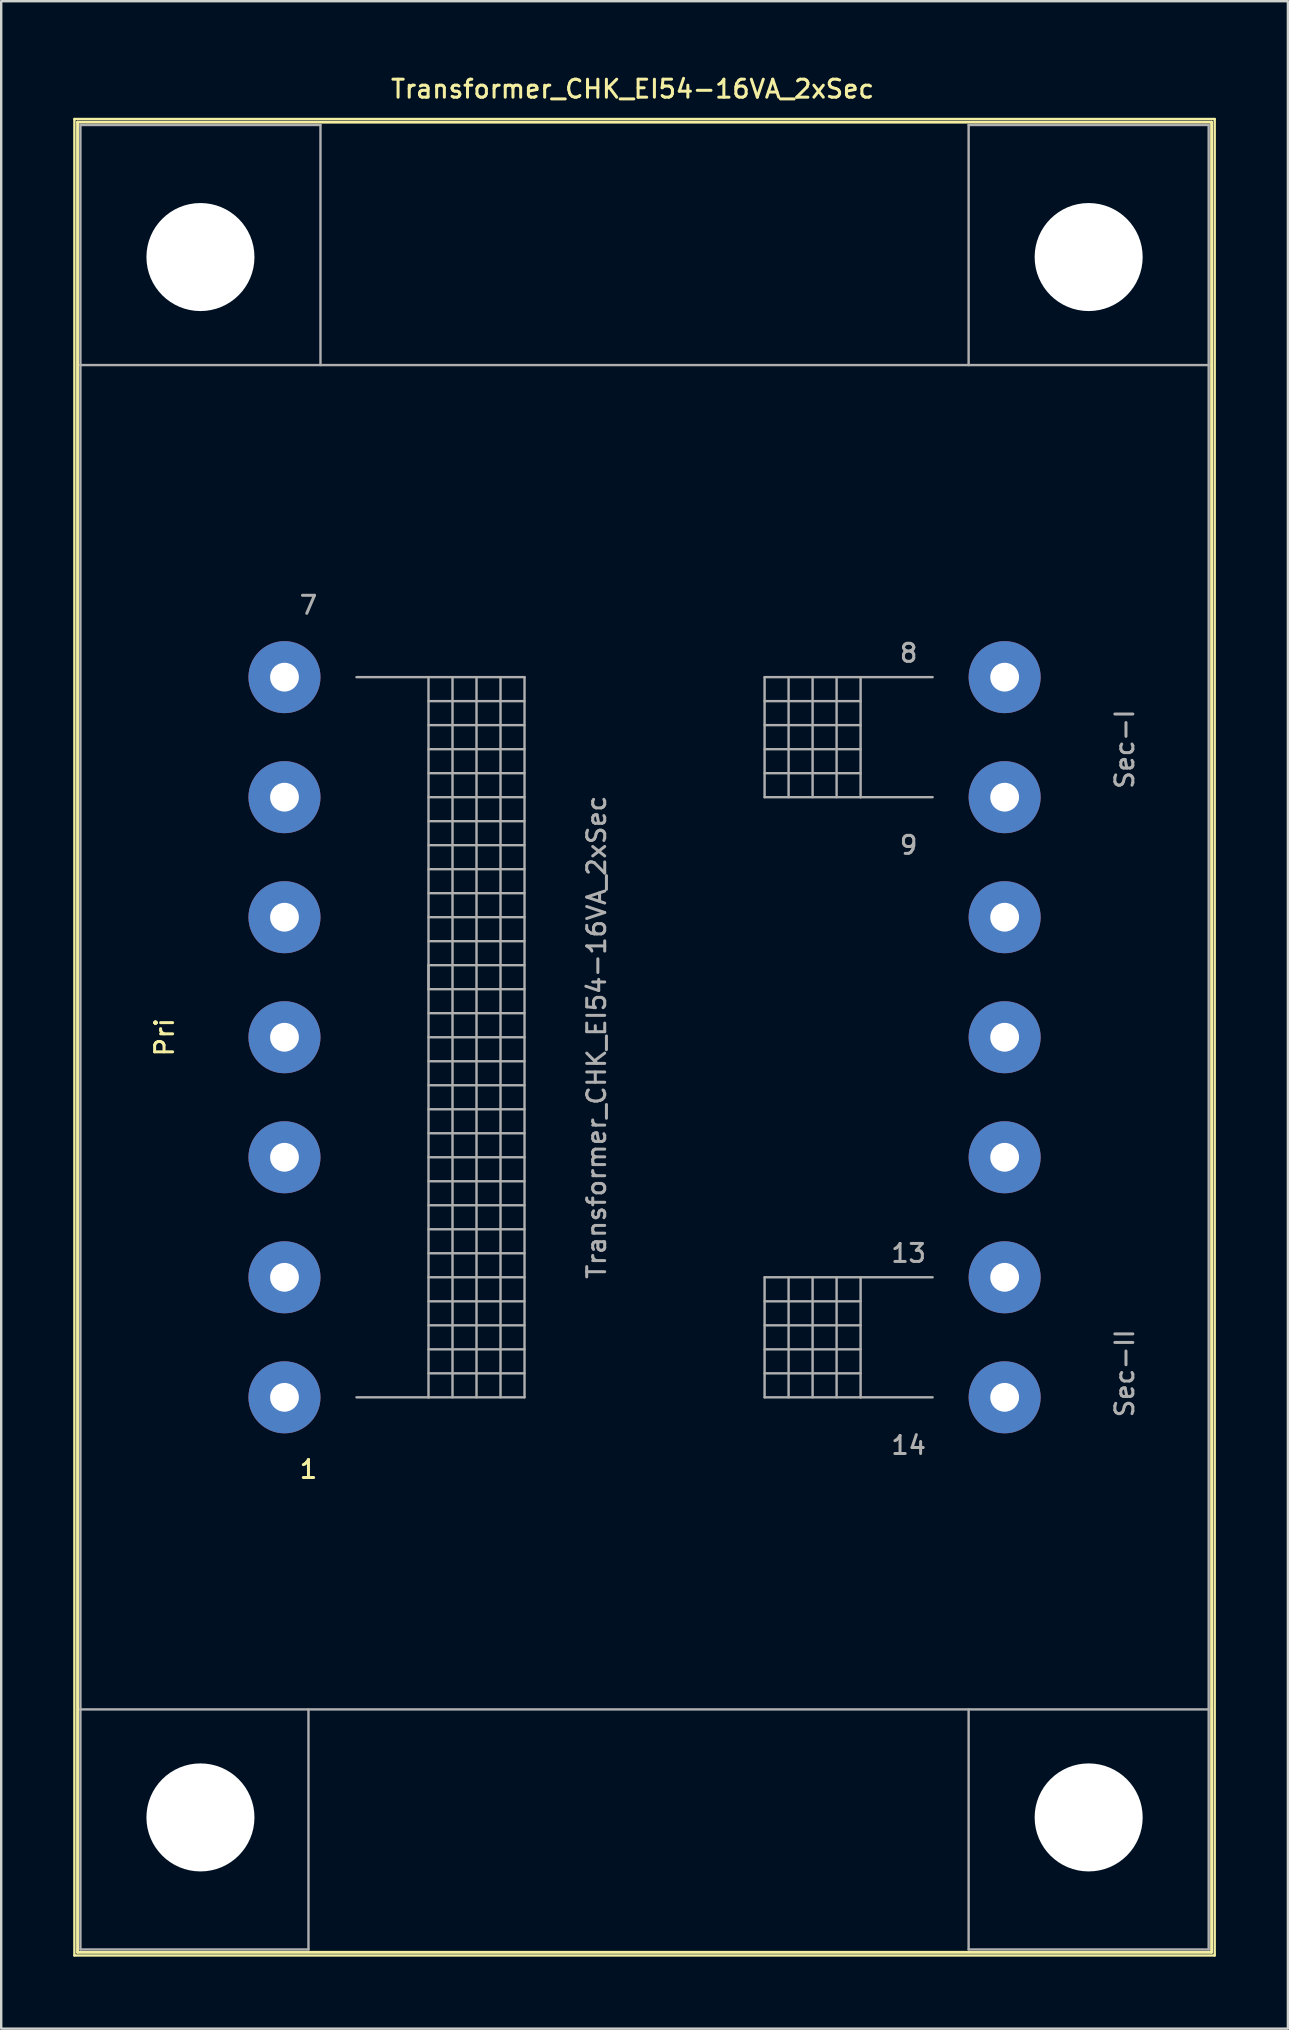
<source format=kicad_pcb>
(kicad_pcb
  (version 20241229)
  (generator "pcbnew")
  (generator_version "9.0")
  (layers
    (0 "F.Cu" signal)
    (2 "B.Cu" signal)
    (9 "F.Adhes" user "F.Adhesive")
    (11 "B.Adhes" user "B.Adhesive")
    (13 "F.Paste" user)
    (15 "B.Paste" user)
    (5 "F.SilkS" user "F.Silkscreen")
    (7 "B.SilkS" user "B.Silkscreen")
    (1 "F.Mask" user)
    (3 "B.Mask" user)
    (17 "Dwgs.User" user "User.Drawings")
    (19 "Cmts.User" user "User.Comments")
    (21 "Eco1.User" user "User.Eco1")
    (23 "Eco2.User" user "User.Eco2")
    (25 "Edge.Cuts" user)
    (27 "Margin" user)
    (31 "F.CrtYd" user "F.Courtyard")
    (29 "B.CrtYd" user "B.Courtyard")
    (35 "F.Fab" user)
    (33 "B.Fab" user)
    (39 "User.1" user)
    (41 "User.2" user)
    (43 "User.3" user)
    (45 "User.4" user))
  (footprint "Transformer_CHK_EI54-16VA_2xSec"
    (layer "F.Cu")
    (at 8.8 55.158)
    (property "Reference" "Transformer_CHK_EI54-16VA_2xSec" (at 14.5 -54.5 0) (layer "F.SilkS") (effects (font (size 0.75 0.75) (thickness 0.125))))
    (attr through_hole)
    (fp_line (start -8.75 -53.25) (end -8.75 23.25) (stroke (width 0.1) (type solid)) (layer "F.SilkS"))
    (fp_line (start -8.75 -53.25) (end 38.75 -53.25) (stroke (width 0.1) (type solid)) (layer "F.SilkS"))
    (fp_line (start -8.62 -53.12) (end -8.62 23.12) (stroke (width 0.12) (type solid)) (layer "F.SilkS"))
    (fp_line (start -8.62 -53.12) (end 38.62 -53.12) (stroke (width 0.12) (type solid)) (layer "F.SilkS"))
    (fp_line (start 38.62 23.12) (end -8.62 23.12) (stroke (width 0.12) (type solid)) (layer "F.SilkS"))
    (fp_line (start 38.62 23.12) (end 38.62 -53.12) (stroke (width 0.12) (type solid)) (layer "F.SilkS"))
    (fp_line (start 38.75 23.25) (end -8.75 23.25) (stroke (width 0.1) (type solid)) (layer "F.SilkS"))
    (fp_line (start 38.75 23.25) (end 38.75 -53.25) (stroke (width 0.1) (type solid)) (layer "F.SilkS"))
    (fp_line (start -8.5 -53) (end 1.5 -53) (stroke (width 0.1) (type solid)) (layer "F.Fab"))
    (fp_line (start -8.5 -43) (end -8.5 -53) (stroke (width 0.1) (type solid)) (layer "F.Fab"))
    (fp_line (start -8.5 -43) (end -8.5 13) (stroke (width 0.1) (type solid)) (layer "F.Fab"))
    (fp_line (start -8.5 13) (end -8.5 23) (stroke (width 0.1) (type solid)) (layer "F.Fab"))
    (fp_line (start -8.5 13) (end 38.5 13) (stroke (width 0.1) (type solid)) (layer "F.Fab"))
    (fp_line (start -8.5 23) (end 1 23) (stroke (width 0.1) (type solid)) (layer "F.Fab"))
    (fp_line (start 1 23) (end 1 13) (stroke (width 0.1) (type solid)) (layer "F.Fab"))
    (fp_line (start 1.5 -53) (end 1.5 -43) (stroke (width 0.1) (type solid)) (layer "F.Fab"))
    (fp_line (start 3 -30) (end 6 -30) (stroke (width 0.1) (type solid)) (layer "F.Fab"))
    (fp_line (start 6 -30) (end 6 0) (stroke (width 0.1) (type solid)) (layer "F.Fab"))
    (fp_line (start 6 -30) (end 10 -30) (stroke (width 0.1) (type solid)) (layer "F.Fab"))
    (fp_line (start 6 -29) (end 10 -29) (stroke (width 0.1) (type solid)) (layer "F.Fab"))
    (fp_line (start 6 -27) (end 10 -27) (stroke (width 0.1) (type solid)) (layer "F.Fab"))
    (fp_line (start 6 -25) (end 10 -25) (stroke (width 0.1) (type solid)) (layer "F.Fab"))
    (fp_line (start 6 -23) (end 10 -23) (stroke (width 0.1) (type solid)) (layer "F.Fab"))
    (fp_line (start 6 -21) (end 10 -21) (stroke (width 0.1) (type solid)) (layer "F.Fab"))
    (fp_line (start 6 -19) (end 10 -19) (stroke (width 0.1) (type solid)) (layer "F.Fab"))
    (fp_line (start 6 -18) (end 6 -17) (stroke (width 0.1) (type solid)) (layer "F.Fab"))
    (fp_line (start 6 -17) (end 10 -17) (stroke (width 0.1) (type solid)) (layer "F.Fab"))
    (fp_line (start 6 -15) (end 10 -15) (stroke (width 0.1) (type solid)) (layer "F.Fab"))
    (fp_line (start 6 -13) (end 10 -13) (stroke (width 0.1) (type solid)) (layer "F.Fab"))
    (fp_line (start 6 -11) (end 10 -11) (stroke (width 0.1) (type solid)) (layer "F.Fab"))
    (fp_line (start 6 -9) (end 10 -9) (stroke (width 0.1) (type solid)) (layer "F.Fab"))
    (fp_line (start 6 -7) (end 10 -7) (stroke (width 0.1) (type solid)) (layer "F.Fab"))
    (fp_line (start 6 -5) (end 10 -5) (stroke (width 0.1) (type solid)) (layer "F.Fab"))
    (fp_line (start 6 -3) (end 10 -3) (stroke (width 0.1) (type solid)) (layer "F.Fab"))
    (fp_line (start 6 -1) (end 10 -1) (stroke (width 0.1) (type solid)) (layer "F.Fab"))
    (fp_line (start 6 0) (end 3 0) (stroke (width 0.1) (type solid)) (layer "F.Fab"))
    (fp_line (start 7 0) (end 7 -30) (stroke (width 0.1) (type solid)) (layer "F.Fab"))
    (fp_line (start 8 -30) (end 8 0) (stroke (width 0.1) (type solid)) (layer "F.Fab"))
    (fp_line (start 9 0) (end 9 -30) (stroke (width 0.1) (type solid)) (layer "F.Fab"))
    (fp_line (start 10 -30) (end 10 0) (stroke (width 0.1) (type solid)) (layer "F.Fab"))
    (fp_line (start 10 -28) (end 6 -28) (stroke (width 0.1) (type solid)) (layer "F.Fab"))
    (fp_line (start 10 -26) (end 6 -26) (stroke (width 0.1) (type solid)) (layer "F.Fab"))
    (fp_line (start 10 -24) (end 6 -24) (stroke (width 0.1) (type solid)) (layer "F.Fab"))
    (fp_line (start 10 -22) (end 6 -22) (stroke (width 0.1) (type solid)) (layer "F.Fab"))
    (fp_line (start 10 -20) (end 6 -20) (stroke (width 0.1) (type solid)) (layer "F.Fab"))
    (fp_line (start 10 -18) (end 6 -18) (stroke (width 0.1) (type solid)) (layer "F.Fab"))
    (fp_line (start 10 -16) (end 6 -16) (stroke (width 0.1) (type solid)) (layer "F.Fab"))
    (fp_line (start 10 -14) (end 6 -14) (stroke (width 0.1) (type solid)) (layer "F.Fab"))
    (fp_line (start 10 -12) (end 6 -12) (stroke (width 0.1) (type solid)) (layer "F.Fab"))
    (fp_line (start 10 -10) (end 6 -10) (stroke (width 0.1) (type solid)) (layer "F.Fab"))
    (fp_line (start 10 -8) (end 6 -8) (stroke (width 0.1) (type solid)) (layer "F.Fab"))
    (fp_line (start 10 -6) (end 6 -6) (stroke (width 0.1) (type solid)) (layer "F.Fab"))
    (fp_line (start 10 -4) (end 6 -4) (stroke (width 0.1) (type solid)) (layer "F.Fab"))
    (fp_line (start 10 -2) (end 6 -2) (stroke (width 0.1) (type solid)) (layer "F.Fab"))
    (fp_line (start 10 0) (end 6 0) (stroke (width 0.1) (type solid)) (layer "F.Fab"))
    (fp_line (start 20 -30) (end 20 -25) (stroke (width 0.1) (type solid)) (layer "F.Fab"))
    (fp_line (start 20 -29) (end 24 -29) (stroke (width 0.1) (type solid)) (layer "F.Fab"))
    (fp_line (start 20 -27) (end 24 -27) (stroke (width 0.1) (type solid)) (layer "F.Fab"))
    (fp_line (start 20 -25) (end 24 -25) (stroke (width 0.1) (type solid)) (layer "F.Fab"))
    (fp_line (start 20 -5) (end 20 0) (stroke (width 0.1) (type solid)) (layer "F.Fab"))
    (fp_line (start 20 -4) (end 24 -4) (stroke (width 0.1) (type solid)) (layer "F.Fab"))
    (fp_line (start 20 -2) (end 24 -2) (stroke (width 0.1) (type solid)) (layer "F.Fab"))
    (fp_line (start 20 0) (end 24 0) (stroke (width 0.1) (type solid)) (layer "F.Fab"))
    (fp_line (start 21 -25) (end 21 -30) (stroke (width 0.1) (type solid)) (layer "F.Fab"))
    (fp_line (start 21 0) (end 21 -5) (stroke (width 0.1) (type solid)) (layer "F.Fab"))
    (fp_line (start 22 -30) (end 22 -25) (stroke (width 0.1) (type solid)) (layer "F.Fab"))
    (fp_line (start 22 -5) (end 22 0) (stroke (width 0.1) (type solid)) (layer "F.Fab"))
    (fp_line (start 23 -25) (end 23 -30) (stroke (width 0.1) (type solid)) (layer "F.Fab"))
    (fp_line (start 23 0) (end 23 -5) (stroke (width 0.1) (type solid)) (layer "F.Fab"))
    (fp_line (start 24 -30) (end 20 -30) (stroke (width 0.1) (type solid)) (layer "F.Fab"))
    (fp_line (start 24 -30) (end 24 -25) (stroke (width 0.1) (type solid)) (layer "F.Fab"))
    (fp_line (start 24 -28) (end 20 -28) (stroke (width 0.1) (type solid)) (layer "F.Fab"))
    (fp_line (start 24 -26) (end 20 -26) (stroke (width 0.1) (type solid)) (layer "F.Fab"))
    (fp_line (start 24 -25) (end 27 -25) (stroke (width 0.1) (type solid)) (layer "F.Fab"))
    (fp_line (start 24 -5) (end 20 -5) (stroke (width 0.1) (type solid)) (layer "F.Fab"))
    (fp_line (start 24 -5) (end 24 0) (stroke (width 0.1) (type solid)) (layer "F.Fab"))
    (fp_line (start 24 -3) (end 20 -3) (stroke (width 0.1) (type solid)) (layer "F.Fab"))
    (fp_line (start 24 -1) (end 20 -1) (stroke (width 0.1) (type solid)) (layer "F.Fab"))
    (fp_line (start 24 0) (end 27 0) (stroke (width 0.1) (type solid)) (layer "F.Fab"))
    (fp_line (start 27 -30) (end 24 -30) (stroke (width 0.1) (type solid)) (layer "F.Fab"))
    (fp_line (start 27 -5) (end 24 -5) (stroke (width 0.1) (type solid)) (layer "F.Fab"))
    (fp_line (start 28.5 -53) (end 28.5 -43) (stroke (width 0.1) (type solid)) (layer "F.Fab"))
    (fp_line (start 28.5 23) (end 28.5 13) (stroke (width 0.1) (type solid)) (layer "F.Fab"))
    (fp_line (start 38.5 -53) (end 28.5 -53) (stroke (width 0.1) (type solid)) (layer "F.Fab"))
    (fp_line (start 38.5 -43) (end -8.5 -43) (stroke (width 0.1) (type solid)) (layer "F.Fab"))
    (fp_line (start 38.5 -43) (end 38.5 -53) (stroke (width 0.1) (type solid)) (layer "F.Fab"))
    (fp_line (start 38.5 13) (end 38.5 -43) (stroke (width 0.1) (type solid)) (layer "F.Fab"))
    (fp_line (start 38.5 13) (end 38.5 23) (stroke (width 0.1) (type solid)) (layer "F.Fab"))
    (fp_line (start 38.5 23) (end 28.5 23) (stroke (width 0.1) (type solid)) (layer "F.Fab"))
    (fp_text user "1" (at 1 3 0) (layer "F.SilkS") (effects (font (size 0.75 0.75) (thickness 0.125))))
    (fp_text user "Pri" (at -5 -15 90) (layer "F.SilkS") (effects (font (size 0.75 0.75) (thickness 0.125))))
    (fp_text user "9" (at 26 -23 0) (layer "F.Fab") (effects (font (size 0.75 0.75) (thickness 0.125))))
    (fp_text user "14" (at 26 2 0) (layer "F.Fab") (effects (font (size 0.75 0.75) (thickness 0.125))))
    (fp_text user "Sec-I" (at 35 -27 90) (layer "F.Fab") (effects (font (size 0.75 0.75) (thickness 0.125))))
    (fp_text user "8" (at 26 -31 0) (layer "F.Fab") (effects (font (size 0.75 0.75) (thickness 0.125))))
    (fp_text user "13" (at 26 -6 0) (layer "F.Fab") (effects (font (size 0.75 0.75) (thickness 0.125))))
    (fp_text user "${REFERENCE}" (at 13 -15 90) (layer "F.Fab") (effects (font (size 0.75 0.75) (thickness 0.125))))
    (fp_text user "7" (at 1 -33 0) (layer "F.Fab") (effects (font (size 0.75 0.75) (thickness 0.125))))
    (fp_text user "Sec-II" (at 35 -1 90) (layer "F.Fab") (effects (font (size 0.75 0.75) (thickness 0.125))))
    (pad "" np_thru_hole circle (at -3.5 -47.5) (size 4.5 4.5) (drill 4.5) (layers "*.Cu" "*.Mask"))
    (pad "" np_thru_hole circle (at -3.5 17.5) (size 4.5 4.5) (drill 4.5) (layers "*.Cu" "*.Mask"))
    (pad "" np_thru_hole circle (at 33.5 -47.5) (size 4.5 4.5) (drill 4.5) (layers "*.Cu" "*.Mask"))
    (pad "" np_thru_hole circle (at 33.5 17.5) (size 4.5 4.5) (drill 4.5) (layers "*.Cu" "*.Mask"))
    (pad "1" thru_hole circle (at 0 0) (size 3 3) (drill 1.2) (layers "*.Cu" "*.Mask"))
    (pad "2" thru_hole circle (at 0 -5) (size 3 3) (drill 1.2) (layers "*.Cu" "*.Mask"))
    (pad "3" thru_hole circle (at 0 -10) (size 3 3) (drill 1.2) (layers "*.Cu" "*.Mask"))
    (pad "4" thru_hole circle (at 0 -15) (size 3 3) (drill 1.2) (layers "*.Cu" "*.Mask"))
    (pad "5" thru_hole circle (at 0 -20) (size 3 3) (drill 1.2) (layers "*.Cu" "*.Mask"))
    (pad "6" thru_hole circle (at 0 -25) (size 3 3) (drill 1.2) (layers "*.Cu" "*.Mask"))
    (pad "7" thru_hole circle (at 0 -30) (size 3 3) (drill 1.2) (layers "*.Cu" "*.Mask"))
    (pad "8" thru_hole circle (at 30 -30) (size 3 3) (drill 1.2) (layers "*.Cu" "*.Mask"))
    (pad "9" thru_hole circle (at 30 -25) (size 3 3) (drill 1.2) (layers "*.Cu" "*.Mask"))
    (pad "10" thru_hole circle (at 30 -20) (size 3 3) (drill 1.2) (layers "*.Cu" "*.Mask"))
    (pad "11" thru_hole circle (at 30 -15) (size 3 3) (drill 1.2) (layers "*.Cu" "*.Mask"))
    (pad "12" thru_hole circle (at 30 -10) (size 3 3) (drill 1.2) (layers "*.Cu" "*.Mask"))
    (pad "13" thru_hole circle (at 30 -5) (size 3 3) (drill 1.2) (layers "*.Cu" "*.Mask"))
    (pad "14" thru_hole circle (at 30 0) (size 3 3) (drill 1.2) (layers "*.Cu" "*.Mask")))
  (gr_rect
    (start -3 -3)
    (end 50.6 81.458)
    (stroke (width 0.1) (type default))
    (fill no)
    (layer "Edge.Cuts")))
</source>
